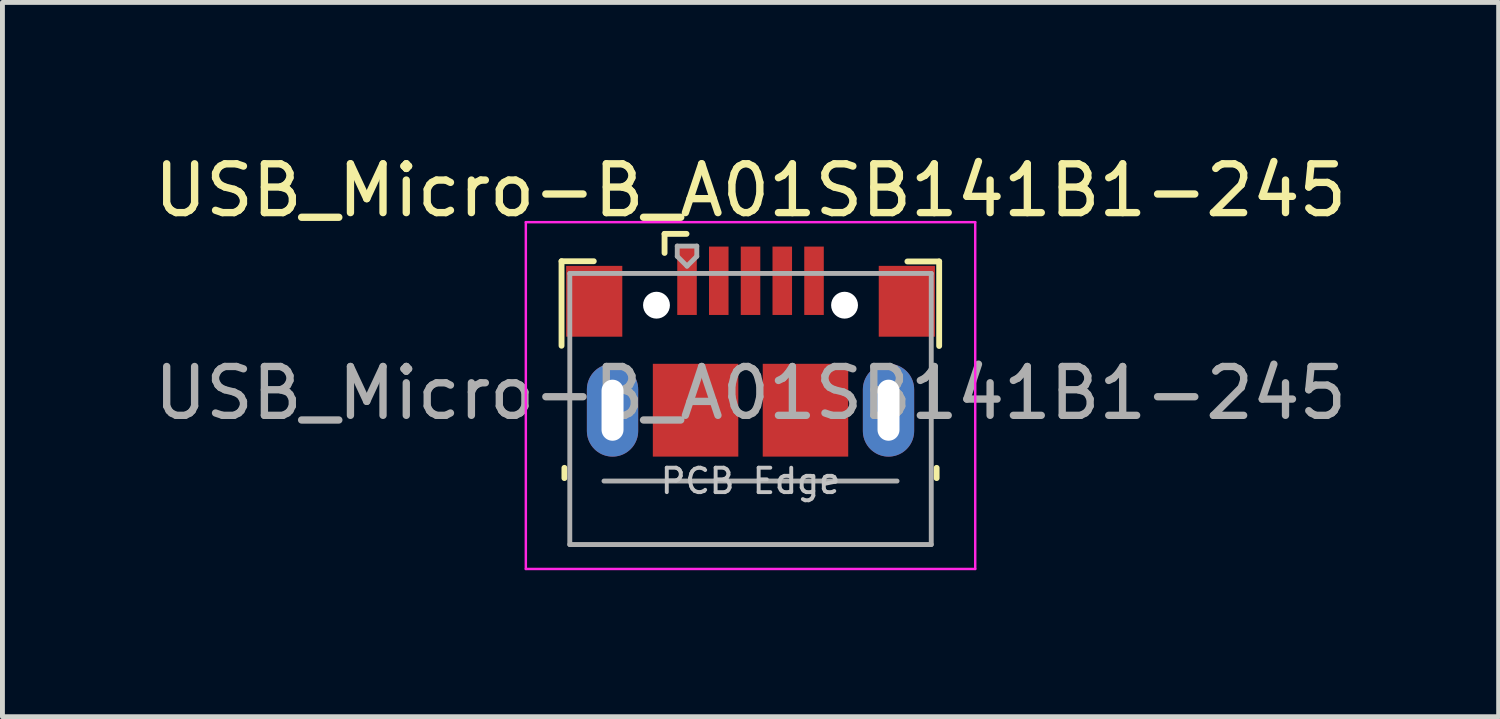
<source format=kicad_pcb>
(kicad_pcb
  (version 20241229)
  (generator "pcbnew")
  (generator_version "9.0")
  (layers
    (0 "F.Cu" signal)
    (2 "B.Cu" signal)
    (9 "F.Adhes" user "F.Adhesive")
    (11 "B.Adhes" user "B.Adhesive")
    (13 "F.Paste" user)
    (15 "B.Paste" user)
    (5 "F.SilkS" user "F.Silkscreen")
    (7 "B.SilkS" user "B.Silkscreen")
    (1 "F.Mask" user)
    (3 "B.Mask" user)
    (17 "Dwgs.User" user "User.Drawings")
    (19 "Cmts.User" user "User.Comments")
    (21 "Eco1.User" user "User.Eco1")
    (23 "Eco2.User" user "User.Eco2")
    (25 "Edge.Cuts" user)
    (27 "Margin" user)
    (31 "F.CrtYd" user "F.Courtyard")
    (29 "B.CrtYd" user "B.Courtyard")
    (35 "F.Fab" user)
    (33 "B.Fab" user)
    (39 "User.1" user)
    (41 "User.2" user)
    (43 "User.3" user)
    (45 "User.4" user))
  (footprint "USB_Micro-B_A01SB141B1-245"
    (layer "F.Cu")
    (at 12.315 4.148)
    (property "Reference" "USB_Micro-B_A01SB141B1-245" (at 0 -3.3 0) (layer "F.SilkS") (effects (font (size 1 1) (thickness 0.15))))
    (attr smd)
    (fp_line (start -3.869 -1.85) (end -3.209 -1.85) (stroke (width 0.12) (type solid)) (layer "F.SilkS"))
    (fp_line (start -3.869 -0.12) (end -3.869 -1.85) (stroke (width 0.12) (type solid)) (layer "F.SilkS"))
    (fp_line (start -3.81 2.59) (end -3.81 2.38) (stroke (width 0.12) (type solid)) (layer "F.SilkS"))
    (fp_line (start -1.76 -2.41) (end -1.76 -2.02) (stroke (width 0.12) (type solid)) (layer "F.SilkS"))
    (fp_line (start -1.76 -2.41) (end -1.31 -2.41) (stroke (width 0.12) (type solid)) (layer "F.SilkS"))
    (fp_line (start 3.81 2.59) (end 3.81 2.38) (stroke (width 0.12) (type solid)) (layer "F.SilkS"))
    (fp_line (start 3.862 -1.845) (end 3.212 -1.845) (stroke (width 0.12) (type solid)) (layer "F.SilkS"))
    (fp_line (start 3.862 -0.115) (end 3.862 -1.845) (stroke (width 0.12) (type solid)) (layer "F.SilkS"))
    (fp_line (start -4.6 -2.65) (end 4.6 -2.65) (stroke (width 0.05) (type solid)) (layer "F.CrtYd"))
    (fp_line (start -4.6 4.45) (end -4.6 -2.65) (stroke (width 0.05) (type solid)) (layer "F.CrtYd"))
    (fp_line (start -4.6 4.45) (end 4.6 4.45) (stroke (width 0.05) (type solid)) (layer "F.CrtYd"))
    (fp_line (start 4.6 -2.65) (end 4.6 4.45) (stroke (width 0.05) (type solid)) (layer "F.CrtYd"))
    (fp_line (start -3.7 -1.6) (end 3.7 -1.6) (stroke (width 0.1) (type solid)) (layer "F.Fab"))
    (fp_line (start -3.7 3.95) (end -3.7 -1.6) (stroke (width 0.1) (type solid)) (layer "F.Fab"))
    (fp_line (start -3.7 3.95) (end 3.7 3.95) (stroke (width 0.1) (type solid)) (layer "F.Fab"))
    (fp_line (start -3 2.65) (end 3 2.65) (stroke (width 0.1) (type solid)) (layer "F.Fab"))
    (fp_line (start -1.5 -2.16) (end -1.5 -1.95) (stroke (width 0.1) (type solid)) (layer "F.Fab"))
    (fp_line (start -1.5 -2.16) (end -1.1 -2.16) (stroke (width 0.1) (type solid)) (layer "F.Fab"))
    (fp_line (start -1.3 -1.75) (end -1.5 -1.95) (stroke (width 0.1) (type solid)) (layer "F.Fab"))
    (fp_line (start -1.1 -2.16) (end -1.1 -1.95) (stroke (width 0.1) (type solid)) (layer "F.Fab"))
    (fp_line (start -1.1 -1.95) (end -1.3 -1.75) (stroke (width 0.1) (type solid)) (layer "F.Fab"))
    (fp_line (start 3.7 3.95) (end 3.7 -1.6) (stroke (width 0.1) (type solid)) (layer "F.Fab"))
    (fp_text user "PCB Edge" (at 0 2.65 0) (layer "Dwgs.User") (effects (font (size 0.5 0.5) (thickness 0.08))))
    (fp_text user "${REFERENCE}" (at 0 0.85 0) (layer "F.Fab") (effects (font (size 1 1) (thickness 0.15))))
    (pad "" np_thru_hole circle (at -1.925 -0.95) (size 0.55 0.55) (drill 0.55) (layers "*.Cu" "*.Mask"))
    (pad "" np_thru_hole circle (at 1.925 -0.95) (size 0.55 0.55) (drill 0.55) (layers "*.Cu" "*.Mask"))
    (pad "1" smd rect (at -1.3 -1.45) (size 0.4 1.4) (layers "F.Cu" "F.Mask" "F.Paste"))
    (pad "2" smd rect (at -0.65 -1.45) (size 0.4 1.4) (layers "F.Cu" "F.Mask" "F.Paste"))
    (pad "3" smd rect (at 0 -1.45) (size 0.4 1.4) (layers "F.Cu" "F.Mask" "F.Paste"))
    (pad "4" smd rect (at 0.65 -1.45) (size 0.4 1.4) (layers "F.Cu" "F.Mask" "F.Paste"))
    (pad "5" smd rect (at 1.3 -1.45) (size 0.4 1.4) (layers "F.Cu" "F.Mask" "F.Paste"))
    (pad "6" smd rect (at -3.2 -1.03) (size 1.15 1.45) (layers "F.Cu" "F.Mask" "F.Paste"))
    (pad "6" thru_hole oval (at -2.825 1.2 180) (size 1.05 1.9) (drill oval 0.45 1.25) (layers "*.Cu" "*.Mask"))
    (pad "6" smd rect (at -1.125 1.2) (size 1.75 1.9) (layers "F.Cu" "F.Mask" "F.Paste"))
    (pad "6" smd rect (at 1.125 1.2) (size 1.75 1.9) (layers "F.Cu" "F.Mask" "F.Paste"))
    (pad "6" thru_hole oval (at 2.825 1.2) (size 1.05 1.9) (drill oval 0.45 1.25) (layers "*.Cu" "*.Mask"))
    (pad "6" smd rect (at 3.2 -1.03) (size 1.15 1.45) (layers "F.Cu" "F.Mask" "F.Paste")))
  (gr_rect
    (start -3 -3)
    (end 27.631 11.623)
    (stroke (width 0.1) (type default))
    (fill no)
    (layer "Edge.Cuts")))
</source>
